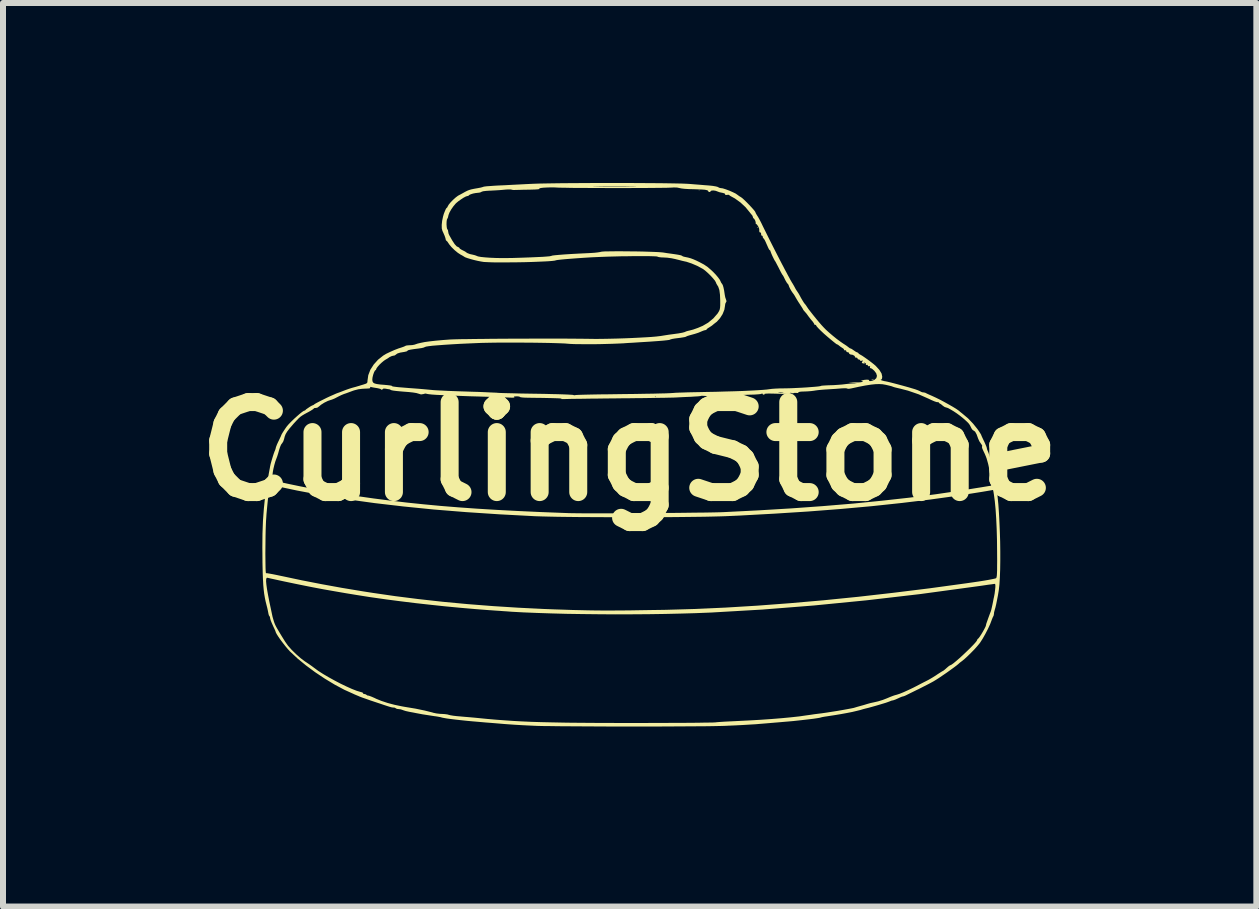
<source format=kicad_pcb>
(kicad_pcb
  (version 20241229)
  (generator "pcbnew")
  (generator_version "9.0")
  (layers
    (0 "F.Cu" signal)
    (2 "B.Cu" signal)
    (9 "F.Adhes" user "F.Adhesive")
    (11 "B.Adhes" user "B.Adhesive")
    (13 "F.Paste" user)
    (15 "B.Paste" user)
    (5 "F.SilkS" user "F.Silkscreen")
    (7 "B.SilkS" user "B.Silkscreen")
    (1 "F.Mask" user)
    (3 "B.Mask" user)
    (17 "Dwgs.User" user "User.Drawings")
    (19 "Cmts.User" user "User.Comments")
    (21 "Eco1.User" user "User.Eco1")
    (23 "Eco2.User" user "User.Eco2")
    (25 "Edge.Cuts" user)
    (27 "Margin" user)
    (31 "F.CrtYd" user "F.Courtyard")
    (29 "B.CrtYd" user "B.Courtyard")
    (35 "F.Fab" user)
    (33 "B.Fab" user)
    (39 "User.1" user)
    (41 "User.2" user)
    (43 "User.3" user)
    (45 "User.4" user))
  (footprint "CurlingStone"
    (layer "F.Cu")
    (at 7.443 4.472)
    (property "Reference" "CurlingStone" (at 0 0 0) (layer "F.SilkS") (effects (font (size 1.5 1.5) (thickness 0.3))))
    (attr board_only exclude_from_pos_files exclude_from_bom)
    (fp_poly (pts (xy 1.164 -4.355) (xy 1.157 -4.349) (xy 1.15 -4.355) (xy 1.157 -4.362)) (stroke (width 0) (type solid)) (fill yes) (layer "F.SilkS"))
    (fp_poly (pts (xy 2.134 -3.73) (xy 2.128 -3.724) (xy 2.121 -3.73) (xy 2.128 -3.737)) (stroke (width 0) (type solid)) (fill yes) (layer "F.SilkS"))
    (fp_poly (pts (xy 4.066 -1.206) (xy 4.068 -1.201) (xy 4.049 -1.199) (xy 4.03 -1.201) (xy 4.033 -1.206) (xy 4.06 -1.207)) (stroke (width 0) (type solid)) (fill yes) (layer "F.SilkS"))
    (fp_poly (pts (xy -0.117 -4.472) (xy 0.054 -4.472) (xy 0.219 -4.471) (xy 0.376 -4.47) (xy 0.522 -4.469) (xy 0.654 -4.467) (xy 0.77 -4.465) (xy 0.867 -4.463) (xy 0.943 -4.46) (xy 0.995 -4.457) (xy 0.997 -4.457) (xy 1.081 -4.45) (xy 1.17 -4.443) (xy 1.253 -4.436) (xy 1.32 -4.431) (xy 1.379 -4.425) (xy 1.428 -4.417) (xy 1.462 -4.409) (xy 1.472 -4.404) (xy 1.498 -4.391) (xy 1.514 -4.388) (xy 1.551 -4.383) (xy 1.602 -4.367) (xy 1.661 -4.345) (xy 1.718 -4.32) (xy 1.767 -4.296) (xy 1.798 -4.274) (xy 1.8 -4.273) (xy 1.825 -4.254) (xy 1.855 -4.236) (xy 1.877 -4.22) (xy 1.91 -4.19) (xy 1.95 -4.151) (xy 1.992 -4.108) (xy 2.032 -4.065) (xy 2.065 -4.028) (xy 2.088 -3.999) (xy 2.095 -3.986) (xy 2.102 -3.968) (xy 2.119 -3.939) (xy 2.122 -3.934) (xy 2.14 -3.906) (xy 2.165 -3.861) (xy 2.194 -3.805) (xy 2.216 -3.759) (xy 2.271 -3.648) (xy 2.329 -3.531) (xy 2.388 -3.414) (xy 2.445 -3.302) (xy 2.497 -3.201) (xy 2.541 -3.116) (xy 2.554 -3.092) (xy 2.585 -3.032) (xy 2.616 -2.975) (xy 2.64 -2.929) (xy 2.653 -2.906) (xy 2.678 -2.859) (xy 2.707 -2.809) (xy 2.714 -2.799) (xy 2.735 -2.763) (xy 2.751 -2.734) (xy 2.755 -2.726) (xy 2.768 -2.702) (xy 2.789 -2.67) (xy 2.792 -2.666) (xy 2.816 -2.629) (xy 2.836 -2.594) (xy 2.836 -2.593) (xy 2.856 -2.556) (xy 2.879 -2.517) (xy 2.9 -2.483) (xy 2.915 -2.462) (xy 2.917 -2.46) (xy 2.93 -2.445) (xy 2.949 -2.418) (xy 2.951 -2.414) (xy 2.972 -2.383) (xy 2.987 -2.362) (xy 2.988 -2.361) (xy 3.056 -2.274) (xy 3.112 -2.205) (xy 3.157 -2.151) (xy 3.195 -2.107) (xy 3.229 -2.07) (xy 3.261 -2.037) (xy 3.271 -2.027) (xy 3.323 -1.98) (xy 3.384 -1.928) (xy 3.448 -1.876) (xy 3.51 -1.83) (xy 3.562 -1.794) (xy 3.583 -1.781) (xy 3.619 -1.757) (xy 3.642 -1.739) (xy 3.666 -1.721) (xy 3.68 -1.715) (xy 3.698 -1.708) (xy 3.726 -1.689) (xy 3.736 -1.682) (xy 3.767 -1.661) (xy 3.79 -1.65) (xy 3.795 -1.649) (xy 3.809 -1.641) (xy 3.81 -1.638) (xy 3.821 -1.625) (xy 3.843 -1.612) (xy 3.873 -1.595) (xy 3.917 -1.565) (xy 3.968 -1.529) (xy 4.02 -1.49) (xy 4.066 -1.454) (xy 4.099 -1.426) (xy 4.161 -1.358) (xy 4.198 -1.297) (xy 4.209 -1.245) (xy 4.205 -1.213) (xy 4.195 -1.197) (xy 4.193 -1.197) (xy 4.181 -1.194) (xy 4.189 -1.187) (xy 4.213 -1.179) (xy 4.248 -1.17) (xy 4.252 -1.17) (xy 4.296 -1.161) (xy 4.362 -1.145) (xy 4.446 -1.123) (xy 4.543 -1.097) (xy 4.651 -1.067) (xy 4.704 -1.051) (xy 4.755 -1.036) (xy 4.802 -1.019) (xy 4.838 -1.003) (xy 4.856 -0.993) (xy 4.876 -0.985) (xy 4.89 -0.984) (xy 4.923 -0.978) (xy 4.937 -0.971) (xy 4.961 -0.959) (xy 5.001 -0.941) (xy 5.04 -0.924) (xy 5.103 -0.895) (xy 5.174 -0.86) (xy 5.247 -0.821) (xy 5.319 -0.781) (xy 5.385 -0.743) (xy 5.441 -0.709) (xy 5.48 -0.682) (xy 5.499 -0.666) (xy 5.513 -0.654) (xy 5.54 -0.633) (xy 5.552 -0.623) (xy 5.639 -0.55) (xy 5.723 -0.462) (xy 5.796 -0.371) (xy 5.796 -0.371) (xy 5.825 -0.329) (xy 5.846 -0.296) (xy 5.857 -0.277) (xy 5.858 -0.275) (xy 5.863 -0.26) (xy 5.878 -0.227) (xy 5.898 -0.184) (xy 5.905 -0.171) (xy 5.926 -0.124) (xy 5.943 -0.084) (xy 5.951 -0.06) (xy 5.951 -0.057) (xy 5.957 -0.031) (xy 5.963 -0.016) (xy 5.977 0.016) (xy 5.994 0.066) (xy 6.012 0.125) (xy 6.029 0.185) (xy 6.042 0.237) (xy 6.046 0.256) (xy 6.062 0.345) (xy 6.076 0.418) (xy 6.089 0.487) (xy 6.103 0.552) (xy 6.118 0.642) (xy 6.131 0.754) (xy 6.144 0.885) (xy 6.154 1.029) (xy 6.162 1.184) (xy 6.169 1.345) (xy 6.174 1.508) (xy 6.176 1.669) (xy 6.176 1.824) (xy 6.174 1.969) (xy 6.169 2.101) (xy 6.162 2.215) (xy 6.152 2.307) (xy 6.15 2.321) (xy 6.137 2.399) (xy 6.122 2.476) (xy 6.108 2.546) (xy 6.095 2.602) (xy 6.084 2.639) (xy 6.083 2.644) (xy 6.073 2.681) (xy 6.071 2.704) (xy 6.066 2.734) (xy 6.06 2.747) (xy 6.05 2.767) (xy 6.036 2.801) (xy 6.032 2.813) (xy 6.007 2.879) (xy 5.97 2.959) (xy 5.927 3.042) (xy 5.883 3.12) (xy 5.842 3.184) (xy 5.831 3.199) (xy 5.793 3.245) (xy 5.744 3.3) (xy 5.688 3.357) (xy 5.632 3.412) (xy 5.581 3.459) (xy 5.541 3.492) (xy 5.537 3.495) (xy 5.502 3.521) (xy 5.479 3.542) (xy 5.451 3.565) (xy 5.406 3.599) (xy 5.348 3.641) (xy 5.284 3.687) (xy 5.218 3.732) (xy 5.155 3.775) (xy 5.1 3.81) (xy 5.06 3.834) (xy 5.016 3.858) (xy 4.955 3.89) (xy 4.884 3.926) (xy 4.812 3.963) (xy 4.794 3.971) (xy 4.729 4.003) (xy 4.672 4.031) (xy 4.626 4.054) (xy 4.597 4.068) (xy 4.591 4.071) (xy 4.565 4.081) (xy 4.555 4.083) (xy 4.536 4.088) (xy 4.502 4.102) (xy 4.472 4.116) (xy 4.432 4.134) (xy 4.399 4.146) (xy 4.386 4.149) (xy 4.359 4.155) (xy 4.345 4.161) (xy 4.317 4.172) (xy 4.269 4.189) (xy 4.206 4.208) (xy 4.133 4.23) (xy 4.056 4.252) (xy 3.98 4.273) (xy 3.943 4.282) (xy 3.896 4.294) (xy 3.853 4.307) (xy 3.843 4.31) (xy 3.786 4.324) (xy 3.71 4.342) (xy 3.619 4.36) (xy 3.52 4.378) (xy 3.418 4.395) (xy 3.32 4.41) (xy 3.288 4.415) (xy 3.241 4.422) (xy 3.204 4.429) (xy 3.186 4.434) (xy 3.167 4.439) (xy 3.126 4.446) (xy 3.066 4.455) (xy 2.992 4.464) (xy 2.907 4.474) (xy 2.817 4.484) (xy 2.724 4.494) (xy 2.634 4.502) (xy 2.573 4.507) (xy 2.506 4.513) (xy 2.421 4.52) (xy 2.327 4.528) (xy 2.232 4.536) (xy 2.181 4.54) (xy 2.098 4.547) (xy 1.996 4.553) (xy 1.881 4.56) (xy 1.762 4.566) (xy 1.646 4.571) (xy 1.583 4.574) (xy 1.509 4.576) (xy 1.412 4.578) (xy 1.294 4.58) (xy 1.156 4.581) (xy 1.002 4.582) (xy 0.835 4.583) (xy 0.656 4.584) (xy 0.468 4.585) (xy 0.274 4.585) (xy 0.077 4.585) (xy -0.121 4.585) (xy -0.317 4.585) (xy -0.51 4.584) (xy -0.695 4.583) (xy -0.872 4.582) (xy -1.036 4.581) (xy -1.186 4.58) (xy -1.32 4.578) (xy -1.433 4.577) (xy -1.525 4.575) (xy -1.576 4.573) (xy -1.683 4.568) (xy -1.802 4.562) (xy -1.922 4.555) (xy -2.035 4.547) (xy -2.114 4.541) (xy -2.207 4.533) (xy -2.304 4.525) (xy -2.396 4.518) (xy -2.475 4.511) (xy -2.52 4.507) (xy -2.615 4.499) (xy -2.712 4.49) (xy -2.808 4.48) (xy -2.898 4.47) (xy -2.979 4.46) (xy -3.047 4.451) (xy -3.098 4.442) (xy -3.128 4.436) (xy -3.134 4.434) (xy -3.152 4.429) (xy -3.189 4.422) (xy -3.237 4.414) (xy -3.242 4.414) (xy -3.45 4.382) (xy -3.551 4.363) (xy -3.607 4.352) (xy -3.667 4.341) (xy -3.686 4.337) (xy -3.731 4.327) (xy -3.769 4.315) (xy -3.782 4.31) (xy -3.815 4.299) (xy -3.848 4.295) (xy -3.879 4.291) (xy -3.896 4.282) (xy -3.915 4.271) (xy -3.933 4.269) (xy -3.945 4.268) (xy -3.958 4.267) (xy -3.975 4.263) (xy -4.001 4.256) (xy -4.039 4.244) (xy -4.091 4.227) (xy -4.162 4.203) (xy -4.249 4.174) (xy -4.324 4.149) (xy -4.394 4.124) (xy -4.455 4.103) (xy -4.5 4.086) (xy -4.515 4.079) (xy -4.556 4.062) (xy -4.591 4.047) (xy -4.601 4.042) (xy -4.754 3.973) (xy -4.915 3.887) (xy -5.079 3.788) (xy -5.241 3.68) (xy -5.394 3.567) (xy -5.533 3.453) (xy -5.653 3.341) (xy -5.661 3.334) (xy -5.697 3.294) (xy -5.738 3.245) (xy -5.78 3.191) (xy -5.821 3.137) (xy -5.856 3.086) (xy -5.882 3.045) (xy -5.896 3.018) (xy -5.898 3.012) (xy -5.903 2.996) (xy -5.917 2.963) (xy -5.938 2.919) (xy -5.944 2.905) (xy -5.966 2.856) (xy -5.983 2.813) (xy -5.991 2.784) (xy -5.991 2.781) (xy -5.996 2.755) (xy -6.003 2.747) (xy -6.013 2.73) (xy -6.021 2.699) (xy -6.021 2.696) (xy -6.028 2.66) (xy -6.039 2.61) (xy -6.05 2.567) (xy -6.067 2.499) (xy -6.08 2.435) (xy -6.091 2.37) (xy -6.099 2.302) (xy -6.106 2.225) (xy -6.109 2.164) (xy -6.059 2.164) (xy -6.054 2.219) (xy -6.044 2.293) (xy -6.027 2.389) (xy -6.004 2.508) (xy -5.974 2.649) (xy -5.952 2.753) (xy -5.94 2.796) (xy -5.925 2.845) (xy -5.921 2.856) (xy -5.913 2.877) (xy -5.902 2.901) (xy -5.887 2.93) (xy -5.865 2.968) (xy -5.836 3.017) (xy -5.796 3.083) (xy -5.744 3.167) (xy -5.738 3.176) (xy -5.693 3.239) (xy -5.631 3.309) (xy -5.558 3.38) (xy -5.482 3.447) (xy -5.409 3.502) (xy -5.399 3.508) (xy -5.347 3.543) (xy -5.296 3.579) (xy -5.257 3.608) (xy -5.253 3.611) (xy -5.189 3.658) (xy -5.108 3.71) (xy -5.016 3.764) (xy -4.918 3.818) (xy -4.817 3.871) (xy -4.719 3.918) (xy -4.628 3.959) (xy -4.548 3.99) (xy -4.485 4.009) (xy -4.472 4.012) (xy -4.448 4.021) (xy -4.443 4.031) (xy -4.438 4.04) (xy -4.423 4.043) (xy -4.398 4.049) (xy -4.388 4.056) (xy -4.37 4.068) (xy -4.357 4.069) (xy -4.335 4.075) (xy -4.296 4.09) (xy -4.248 4.111) (xy -4.226 4.122) (xy -4.14 4.157) (xy -4.035 4.192) (xy -3.919 4.223) (xy -3.799 4.248) (xy -3.75 4.257) (xy -3.569 4.287) (xy -3.415 4.319) (xy -3.287 4.351) (xy -3.272 4.356) (xy -3.219 4.367) (xy -3.158 4.374) (xy -3.13 4.375) (xy -3.08 4.378) (xy -3.036 4.384) (xy -3.016 4.39) (xy -2.988 4.397) (xy -2.94 4.405) (xy -2.88 4.412) (xy -2.833 4.416) (xy -2.755 4.423) (xy -2.67 4.43) (xy -2.591 4.437) (xy -2.56 4.44) (xy -2.389 4.457) (xy -2.232 4.471) (xy -2.082 4.482) (xy -1.937 4.492) (xy -1.79 4.5) (xy -1.636 4.507) (xy -1.472 4.512) (xy -1.292 4.516) (xy -1.092 4.52) (xy -1.037 4.521) (xy -0.932 4.522) (xy -0.812 4.523) (xy -0.678 4.524) (xy -0.534 4.525) (xy -0.381 4.525) (xy -0.222 4.526) (xy -0.058 4.526) (xy 0.107 4.526) (xy 0.272 4.526) (xy 0.435 4.525) (xy 0.593 4.525) (xy 0.745 4.524) (xy 0.887 4.524) (xy 1.018 4.523) (xy 1.136 4.522) (xy 1.238 4.52) (xy 1.322 4.519) (xy 1.386 4.518) (xy 1.427 4.516) (xy 1.444 4.514) (xy 1.463 4.512) (xy 1.505 4.509) (xy 1.565 4.505) (xy 1.64 4.501) (xy 1.725 4.497) (xy 1.784 4.494) (xy 1.983 4.484) (xy 2.177 4.473) (xy 2.363 4.46) (xy 2.535 4.446) (xy 2.692 4.431) (xy 2.829 4.416) (xy 2.939 4.4) (xy 3.005 4.391) (xy 3.078 4.38) (xy 3.125 4.374) (xy 3.198 4.365) (xy 3.282 4.353) (xy 3.371 4.339) (xy 3.461 4.325) (xy 3.547 4.31) (xy 3.624 4.296) (xy 3.688 4.284) (xy 3.733 4.275) (xy 3.75 4.27) (xy 3.789 4.258) (xy 3.836 4.245) (xy 3.85 4.241) (xy 3.901 4.227) (xy 3.953 4.211) (xy 3.963 4.208) (xy 4.013 4.194) (xy 4.064 4.183) (xy 4.069 4.182) (xy 4.139 4.166) (xy 4.22 4.141) (xy 4.289 4.114) (xy 4.339 4.093) (xy 4.375 4.079) (xy 4.405 4.068) (xy 4.439 4.058) (xy 4.448 4.056) (xy 4.5 4.039) (xy 4.567 4.012) (xy 4.644 3.977) (xy 4.724 3.939) (xy 4.781 3.91) (xy 4.834 3.882) (xy 4.896 3.85) (xy 4.936 3.83) (xy 4.988 3.803) (xy 5.049 3.767) (xy 5.108 3.73) (xy 5.117 3.723) (xy 5.162 3.694) (xy 5.198 3.671) (xy 5.219 3.659) (xy 5.223 3.657) (xy 5.236 3.649) (xy 5.261 3.628) (xy 5.28 3.611) (xy 5.311 3.584) (xy 5.335 3.567) (xy 5.343 3.564) (xy 5.362 3.555) (xy 5.397 3.53) (xy 5.442 3.493) (xy 5.495 3.447) (xy 5.553 3.394) (xy 5.611 3.339) (xy 5.667 3.285) (xy 5.716 3.235) (xy 5.756 3.192) (xy 5.782 3.16) (xy 5.791 3.142) (xy 5.798 3.126) (xy 5.801 3.125) (xy 5.814 3.114) (xy 5.835 3.086) (xy 5.861 3.046) (xy 5.888 3.001) (xy 5.912 2.957) (xy 5.93 2.921) (xy 5.938 2.897) (xy 5.938 2.896) (xy 5.942 2.875) (xy 5.956 2.835) (xy 5.976 2.778) (xy 6.001 2.71) (xy 6.018 2.666) (xy 6.026 2.639) (xy 6.036 2.596) (xy 6.044 2.56) (xy 6.055 2.506) (xy 6.065 2.453) (xy 6.071 2.427) (xy 6.082 2.369) (xy 6.089 2.312) (xy 6.094 2.262) (xy 6.094 2.226) (xy 6.089 2.208) (xy 6.088 2.208) (xy 6.071 2.209) (xy 6.032 2.215) (xy 5.975 2.222) (xy 5.902 2.233) (xy 5.818 2.245) (xy 5.752 2.254) (xy 4.84 2.378) (xy 3.945 2.482) (xy 3.069 2.568) (xy 2.21 2.636) (xy 1.367 2.685) (xy 1.323 2.687) (xy 1.093 2.696) (xy 0.846 2.703) (xy 0.586 2.709) (xy 0.316 2.713) (xy 0.04 2.715) (xy -0.238 2.716) (xy -0.516 2.714) (xy -0.79 2.711) (xy -1.055 2.707) (xy -1.31 2.7) (xy -1.55 2.692) (xy -1.771 2.683) (xy -1.972 2.672) (xy -2.048 2.666) (xy -2.096 2.663) (xy -2.162 2.658) (xy -2.24 2.653) (xy -2.32 2.647) (xy -2.341 2.646) (xy -2.571 2.628) (xy -2.815 2.607) (xy -3.067 2.583) (xy -3.321 2.556) (xy -3.573 2.528) (xy -3.817 2.498) (xy -4.048 2.468) (xy -4.259 2.438) (xy -4.342 2.426) (xy -4.538 2.395) (xy -4.733 2.363) (xy -4.918 2.331) (xy -5.089 2.301) (xy -5.206 2.279) (xy -5.28 2.265) (xy -5.366 2.248) (xy -5.46 2.229) (xy -5.559 2.209) (xy -5.659 2.188) (xy -5.755 2.168) (xy -5.843 2.149) (xy -5.92 2.132) (xy -5.981 2.119) (xy -6.023 2.109) (xy -6.036 2.106) (xy -6.049 2.108) (xy -6.057 2.127) (xy -6.059 2.164) (xy -6.109 2.164) (xy -6.111 2.136) (xy -6.115 2.029) (xy -6.118 1.902) (xy -6.119 1.855) (xy -6.12 1.701) (xy -6.071 1.701) (xy -6.07 1.791) (xy -6.069 1.872) (xy -6.068 1.939) (xy -6.066 1.99) (xy -6.063 2.021) (xy -6.06 2.03) (xy -6.044 2.03) (xy -6.007 2.036) (xy -5.951 2.046) (xy -5.882 2.06) (xy -5.802 2.077) (xy -5.777 2.082) (xy -5.461 2.149) (xy -5.138 2.212) (xy -4.803 2.273) (xy -4.448 2.332) (xy -4.275 2.359) (xy -3.909 2.412) (xy -3.522 2.461) (xy -3.118 2.506) (xy -2.702 2.545) (xy -2.28 2.578) (xy -1.855 2.605) (xy -1.433 2.626) (xy -1.25 2.633) (xy -1.095 2.638) (xy -0.953 2.643) (xy -0.819 2.646) (xy -0.69 2.649) (xy -0.564 2.651) (xy -0.436 2.652) (xy -0.302 2.652) (xy -0.161 2.651) (xy -0.007 2.65) (xy 0.162 2.647) (xy 0.35 2.644) (xy 0.561 2.641) (xy 0.612 2.64) (xy 1.094 2.626) (xy 1.6 2.603) (xy 2.126 2.571) (xy 2.671 2.53) (xy 3.233 2.481) (xy 3.809 2.423) (xy 4.398 2.356) (xy 4.997 2.282) (xy 5.604 2.199) (xy 5.722 2.182) (xy 5.818 2.168) (xy 5.906 2.154) (xy 5.982 2.141) (xy 6.043 2.129) (xy 6.085 2.12) (xy 6.105 2.114) (xy 6.105 2.114) (xy 6.111 2.106) (xy 6.115 2.091) (xy 6.119 2.066) (xy 6.121 2.029) (xy 6.123 1.977) (xy 6.123 1.907) (xy 6.124 1.816) (xy 6.123 1.702) (xy 6.123 1.672) (xy 6.121 1.476) (xy 6.116 1.292) (xy 6.108 1.121) (xy 6.098 0.967) (xy 6.085 0.833) (xy 6.07 0.721) (xy 6.063 0.677) (xy 6.056 0.643) (xy 5.874 0.674) (xy 5.452 0.741) (xy 5.004 0.803) (xy 4.531 0.86) (xy 4.034 0.913) (xy 3.515 0.96) (xy 2.972 1.002) (xy 2.408 1.038) (xy 1.822 1.07) (xy 1.596 1.08) (xy 1.502 1.083) (xy 1.384 1.086) (xy 1.246 1.089) (xy 1.089 1.091) (xy 0.918 1.093) (xy 0.733 1.095) (xy 0.539 1.096) (xy 0.338 1.097) (xy 0.133 1.097) (xy -0.075 1.097) (xy -0.281 1.097) (xy -0.483 1.096) (xy -0.678 1.095) (xy -0.864 1.094) (xy -1.038 1.092) (xy -1.198 1.09) (xy -1.339 1.087) (xy -1.461 1.084) (xy -1.559 1.081) (xy -1.583 1.08) (xy -2.167 1.049) (xy -2.727 1.012) (xy -3.26 0.969) (xy -3.768 0.918) (xy -4.249 0.862) (xy -4.706 0.799) (xy -5.136 0.729) (xy -5.54 0.653) (xy -5.831 0.591) (xy -5.896 0.577) (xy -5.94 0.57) (xy -5.967 0.569) (xy -5.983 0.573) (xy -5.988 0.577) (xy -5.997 0.598) (xy -6.007 0.644) (xy -6.017 0.713) (xy -6.029 0.804) (xy -6.04 0.915) (xy -6.052 1.043) (xy -6.056 1.104) (xy -6.06 1.161) (xy -6.063 1.234) (xy -6.066 1.318) (xy -6.068 1.411) (xy -6.069 1.508) (xy -6.07 1.606) (xy -6.071 1.701) (xy -6.12 1.701) (xy -6.121 1.602) (xy -6.119 1.371) (xy -6.111 1.157) (xy -6.096 0.955) (xy -6.076 0.761) (xy -6.049 0.57) (xy -6.025 0.433) (xy -5.977 0.433) (xy -5.974 0.451) (xy -5.957 0.47) (xy -5.948 0.476) (xy -5.919 0.487) (xy -5.866 0.501) (xy -5.794 0.518) (xy -5.704 0.538) (xy -5.599 0.56) (xy -5.483 0.584) (xy -5.359 0.608) (xy -5.23 0.632) (xy -5.098 0.656) (xy -4.966 0.678) (xy -4.838 0.7) (xy -4.814 0.703) (xy -4.537 0.746) (xy -4.263 0.785) (xy -3.99 0.82) (xy -3.714 0.853) (xy -3.434 0.882) (xy -3.147 0.909) (xy -2.849 0.933) (xy -2.539 0.955) (xy -2.213 0.975) (xy -1.87 0.993) (xy -1.505 1.01) (xy -1.118 1.025) (xy -1.011 1.029) (xy -0.958 1.03) (xy -0.882 1.031) (xy -0.784 1.032) (xy -0.668 1.032) (xy -0.535 1.032) (xy -0.389 1.032) (xy -0.233 1.032) (xy -0.068 1.031) (xy 0.102 1.03) (xy 0.274 1.029) (xy 0.447 1.028) (xy 0.617 1.026) (xy 0.783 1.025) (xy 0.94 1.023) (xy 1.087 1.021) (xy 1.22 1.02) (xy 1.338 1.018) (xy 1.438 1.016) (xy 1.516 1.014) (xy 1.569 1.012) (xy 2.144 0.983) (xy 2.694 0.95) (xy 3.22 0.912) (xy 3.723 0.87) (xy 4.204 0.822) (xy 4.664 0.771) (xy 5.104 0.714) (xy 5.526 0.652) (xy 5.78 0.611) (xy 5.856 0.599) (xy 5.923 0.588) (xy 5.976 0.579) (xy 6.01 0.574) (xy 6.023 0.572) (xy 6.029 0.56) (xy 6.031 0.53) (xy 6.03 0.489) (xy 6.024 0.446) (xy 6.017 0.407) (xy 6.011 0.39) (xy 5.998 0.35) (xy 5.991 0.313) (xy 5.991 0.309) (xy 5.987 0.269) (xy 5.974 0.209) (xy 5.951 0.128) (xy 5.949 0.12) (xy 5.935 0.082) (xy 5.914 0.033) (xy 5.897 -0.002) (xy 5.877 -0.046) (xy 5.87 -0.074) (xy 5.873 -0.083) (xy 5.875 -0.095) (xy 5.861 -0.119) (xy 5.855 -0.127) (xy 5.828 -0.167) (xy 5.807 -0.213) (xy 5.805 -0.219) (xy 5.781 -0.285) (xy 5.757 -0.328) (xy 5.735 -0.345) (xy 5.732 -0.346) (xy 5.715 -0.357) (xy 5.695 -0.385) (xy 5.687 -0.402) (xy 5.673 -0.43) (xy 5.659 -0.453) (xy 5.641 -0.475) (xy 5.613 -0.502) (xy 5.571 -0.54) (xy 5.552 -0.556) (xy 5.506 -0.593) (xy 5.453 -0.632) (xy 5.399 -0.668) (xy 5.347 -0.699) (xy 5.305 -0.722) (xy 5.278 -0.731) (xy 5.276 -0.731) (xy 5.249 -0.74) (xy 5.218 -0.761) (xy 5.214 -0.765) (xy 5.187 -0.787) (xy 5.168 -0.798) (xy 5.166 -0.798) (xy 5.154 -0.808) (xy 5.153 -0.813) (xy 5.143 -0.821) (xy 5.133 -0.82) (xy 5.113 -0.822) (xy 5.076 -0.835) (xy 5.027 -0.856) (xy 4.983 -0.877) (xy 4.816 -0.951) (xy 4.638 -1.012) (xy 4.515 -1.044) (xy 4.463 -1.056) (xy 4.418 -1.067) (xy 4.39 -1.076) (xy 4.388 -1.077) (xy 4.363 -1.086) (xy 4.32 -1.097) (xy 4.269 -1.109) (xy 4.264 -1.11) (xy 4.213 -1.119) (xy 4.157 -1.122) (xy 4.094 -1.12) (xy 4.019 -1.112) (xy 3.929 -1.098) (xy 3.821 -1.077) (xy 3.691 -1.049) (xy 3.691 -1.049) (xy 3.655 -1.043) (xy 3.631 -1.044) (xy 3.627 -1.047) (xy 3.613 -1.051) (xy 3.579 -1.052) (xy 3.531 -1.05) (xy 3.507 -1.048) (xy 3.435 -1.042) (xy 3.352 -1.037) (xy 3.277 -1.032) (xy 3.271 -1.032) (xy 3.206 -1.027) (xy 3.141 -1.021) (xy 3.088 -1.014) (xy 3.079 -1.012) (xy 3.026 -1.005) (xy 2.961 -1) (xy 2.909 -0.998) (xy 2.854 -0.996) (xy 2.821 -0.99) (xy 2.813 -0.983) (xy 2.802 -0.973) (xy 2.78 -0.974) (xy 2.748 -0.975) (xy 2.731 -0.97) (xy 2.707 -0.968) (xy 2.697 -0.973) (xy 2.682 -0.98) (xy 2.68 -0.971) (xy 2.674 -0.964) (xy 2.655 -0.96) (xy 2.62 -0.958) (xy 2.565 -0.958) (xy 2.488 -0.96) (xy 2.46 -0.961) (xy 2.379 -0.963) (xy 2.315 -0.964) (xy 2.271 -0.962) (xy 2.249 -0.959) (xy 2.248 -0.956) (xy 2.244 -0.946) (xy 2.235 -0.944) (xy 2.217 -0.952) (xy 2.214 -0.959) (xy 2.208 -0.967) (xy 2.198 -0.96) (xy 2.179 -0.955) (xy 2.139 -0.951) (xy 2.083 -0.947) (xy 2.018 -0.945) (xy 2.009 -0.945) (xy 1.943 -0.943) (xy 1.886 -0.94) (xy 1.844 -0.936) (xy 1.822 -0.931) (xy 1.821 -0.93) (xy 1.802 -0.925) (xy 1.762 -0.921) (xy 1.706 -0.919) (xy 1.641 -0.919) (xy 1.574 -0.92) (xy 1.516 -0.918) (xy 1.471 -0.916) (xy 1.447 -0.912) (xy 1.447 -0.912) (xy 1.42 -0.91) (xy 1.376 -0.911) (xy 1.322 -0.916) (xy 1.31 -0.918) (xy 1.259 -0.924) (xy 1.218 -0.926) (xy 1.194 -0.926) (xy 1.191 -0.925) (xy 1.174 -0.921) (xy 1.136 -0.917) (xy 1.082 -0.914) (xy 1.022 -0.91) (xy 0.944 -0.907) (xy 0.861 -0.903) (xy 0.785 -0.899) (xy 0.745 -0.897) (xy 0.709 -0.896) (xy 0.649 -0.895) (xy 0.569 -0.893) (xy 0.47 -0.892) (xy 0.357 -0.89) (xy 0.232 -0.888) (xy 0.098 -0.887) (xy -0.042 -0.885) (xy -0.113 -0.885) (xy -0.257 -0.883) (xy -0.399 -0.882) (xy -0.535 -0.88) (xy -0.662 -0.879) (xy -0.776 -0.877) (xy -0.875 -0.876) (xy -0.955 -0.875) (xy -1.014 -0.874) (xy -1.031 -0.873) (xy -1.089 -0.872) (xy -1.129 -0.872) (xy -1.15 -0.873) (xy -1.147 -0.875) (xy -1.137 -0.877) (xy -1.128 -0.879) (xy -1.143 -0.881) (xy -1.18 -0.884) (xy -1.236 -0.886) (xy -1.307 -0.888) (xy -1.356 -0.889) (xy -1.448 -0.891) (xy -1.537 -0.892) (xy -1.618 -0.893) (xy -1.684 -0.894) (xy -1.731 -0.895) (xy -1.739 -0.895) (xy -1.784 -0.898) (xy -1.816 -0.902) (xy -1.829 -0.907) (xy -1.829 -0.907) (xy -1.835 -0.911) (xy 0.419 -0.911) (xy 0.426 -0.904) (xy 0.432 -0.911) (xy 0.426 -0.918) (xy 0.419 -0.911) (xy -1.835 -0.911) (xy -1.84 -0.914) (xy -1.87 -0.917) (xy -1.885 -0.917) (xy -1.919 -0.916) (xy -1.928 -0.911) (xy -1.922 -0.904) (xy -1.922 -0.898) (xy -1.945 -0.895) (xy -1.994 -0.896) (xy -2.035 -0.898) (xy -2.099 -0.901) (xy -2.181 -0.904) (xy -2.269 -0.907) (xy -2.355 -0.91) (xy -2.367 -0.91) (xy -2.477 -0.913) (xy -2.117 -0.913) (xy -2.115 -0.905) (xy -2.108 -0.904) (xy -2.097 -0.909) (xy -2.099 -0.913) (xy -2.115 -0.915) (xy -2.117 -0.913) (xy -2.477 -0.913) (xy -2.496 -0.914) (xy -2.646 -0.918) (xy -2.811 -0.924) (xy -2.985 -0.931) (xy -3.132 -0.938) (xy -3.219 -0.942) (xy -3.292 -0.947) (xy -3.348 -0.953) (xy -3.383 -0.959) (xy -3.394 -0.963) (xy -3.409 -0.963) (xy -3.438 -0.955) (xy -3.438 -0.955) (xy -3.477 -0.949) (xy -3.519 -0.962) (xy -3.52 -0.962) (xy -3.553 -0.972) (xy -3.609 -0.981) (xy -3.682 -0.989) (xy -3.761 -0.995) (xy -3.831 -1.001) (xy -3.893 -1.007) (xy -3.94 -1.013) (xy -3.969 -1.019) (xy -3.974 -1.021) (xy -4.001 -1.034) (xy -4.009 -1.035) (xy -4.037 -1.039) (xy -4.067 -1.045) (xy -4.102 -1.047) (xy -4.117 -1.036) (xy -4.131 -1.025) (xy -4.139 -1.032) (xy -4.157 -1.042) (xy -4.192 -1.051) (xy -4.219 -1.056) (xy -4.263 -1.063) (xy -4.299 -1.07) (xy -4.311 -1.073) (xy -4.326 -1.075) (xy -4.323 -1.066) (xy -4.326 -1.053) (xy -4.344 -1.049) (xy -4.374 -1.047) (xy -4.419 -1.045) (xy -4.457 -1.043) (xy -4.521 -1.035) (xy -4.591 -1.017) (xy -4.623 -1.006) (xy -4.676 -0.986) (xy -4.728 -0.967) (xy -4.761 -0.956) (xy -4.805 -0.938) (xy -4.856 -0.913) (xy -4.875 -0.903) (xy -4.92 -0.88) (xy -4.962 -0.863) (xy -4.979 -0.858) (xy -5.029 -0.841) (xy -5.088 -0.812) (xy -5.142 -0.778) (xy -5.178 -0.748) (xy -5.206 -0.728) (xy -5.229 -0.724) (xy -5.254 -0.722) (xy -5.265 -0.713) (xy -5.283 -0.698) (xy -5.318 -0.676) (xy -5.364 -0.65) (xy -5.373 -0.646) (xy -5.42 -0.62) (xy -5.457 -0.598) (xy -5.488 -0.576) (xy -5.52 -0.547) (xy -5.556 -0.509) (xy -5.605 -0.456) (xy -5.614 -0.445) (xy -5.668 -0.382) (xy -5.707 -0.331) (xy -5.733 -0.288) (xy -5.749 -0.246) (xy -5.759 -0.206) (xy -5.772 -0.167) (xy -5.79 -0.137) (xy -5.794 -0.133) (xy -5.81 -0.111) (xy -5.827 -0.07) (xy -5.843 -0.02) (xy -5.843 -0.02) (xy -5.858 0.035) (xy -5.874 0.085) (xy -5.887 0.12) (xy -5.905 0.168) (xy -5.922 0.228) (xy -5.937 0.291) (xy -5.947 0.347) (xy -5.951 0.385) (xy -5.955 0.413) (xy -5.964 0.426) (xy -5.964 0.426) (xy -5.977 0.433) (xy -6.025 0.433) (xy -6.017 0.389) (xy -6.007 0.333) (xy -5.996 0.275) (xy -5.993 0.256) (xy -5.983 0.21) (xy -5.967 0.153) (xy -5.949 0.093) (xy -5.931 0.037) (xy -5.916 -0.004) (xy -5.91 -0.016) (xy -5.9 -0.045) (xy -5.898 -0.057) (xy -5.892 -0.077) (xy -5.878 -0.114) (xy -5.857 -0.16) (xy -5.851 -0.171) (xy -5.83 -0.216) (xy -5.813 -0.252) (xy -5.805 -0.272) (xy -5.805 -0.273) (xy -5.798 -0.287) (xy -5.781 -0.316) (xy -5.757 -0.353) (xy -5.733 -0.389) (xy -5.712 -0.418) (xy -5.682 -0.453) (xy -5.642 -0.494) (xy -5.595 -0.54) (xy -5.546 -0.584) (xy -5.5 -0.624) (xy -5.46 -0.656) (xy -5.432 -0.675) (xy -5.421 -0.678) (xy -5.405 -0.686) (xy -5.404 -0.688) (xy -5.39 -0.702) (xy -5.361 -0.722) (xy -5.327 -0.745) (xy -5.295 -0.763) (xy -5.275 -0.771) (xy -5.274 -0.771) (xy -5.258 -0.781) (xy -5.257 -0.783) (xy -5.244 -0.792) (xy -5.212 -0.81) (xy -5.166 -0.834) (xy -5.11 -0.862) (xy -5.05 -0.892) (xy -4.99 -0.92) (xy -4.935 -0.944) (xy -4.892 -0.963) (xy -4.874 -0.97) (xy -4.835 -0.984) (xy -4.803 -0.996) (xy -4.801 -0.997) (xy -4.728 -1.025) (xy -4.671 -1.045) (xy -4.622 -1.06) (xy -4.608 -1.064) (xy -4.563 -1.076) (xy -4.524 -1.088) (xy -4.515 -1.09) (xy -4.481 -1.101) (xy -4.437 -1.114) (xy -4.425 -1.118) (xy -4.39 -1.13) (xy -4.373 -1.145) (xy -4.369 -1.169) (xy -4.369 -1.18) (xy -4.366 -1.199) (xy -4.289 -1.199) (xy -4.286 -1.169) (xy -4.275 -1.147) (xy -4.251 -1.132) (xy -4.212 -1.122) (xy -4.153 -1.114) (xy -4.09 -1.109) (xy -4.035 -1.104) (xy -3.993 -1.099) (xy -3.967 -1.094) (xy -3.963 -1.09) (xy -3.959 -1.086) (xy -3.942 -1.081) (xy -3.907 -1.076) (xy -3.854 -1.07) (xy -3.781 -1.064) (xy -3.684 -1.056) (xy -3.604 -1.05) (xy -3.524 -1.044) (xy -3.441 -1.037) (xy -3.364 -1.03) (xy -3.311 -1.025) (xy -3.269 -1.021) (xy -3.204 -1.017) (xy -3.121 -1.013) (xy -3.024 -1.008) (xy -2.917 -1.004) (xy -2.805 -1) (xy -2.739 -0.998) (xy -2.628 -0.994) (xy -2.521 -0.991) (xy -2.423 -0.987) (xy -2.338 -0.983) (xy -2.269 -0.98) (xy -2.22 -0.978) (xy -2.201 -0.976) (xy -2.169 -0.974) (xy -2.114 -0.972) (xy -2.039 -0.97) (xy -1.947 -0.968) (xy -1.842 -0.965) (xy -1.726 -0.963) (xy -1.603 -0.961) (xy -1.534 -0.96) (xy -1.412 -0.958) (xy -1.298 -0.955) (xy -1.196 -0.953) (xy -1.107 -0.95) (xy -1.034 -0.947) (xy -0.981 -0.944) (xy -0.95 -0.942) (xy -0.942 -0.94) (xy -0.922 -0.935) (xy -0.905 -0.938) (xy -0.886 -0.94) (xy -0.844 -0.942) (xy -0.78 -0.944) (xy -0.699 -0.946) (xy -0.603 -0.948) (xy -0.495 -0.95) (xy -0.377 -0.951) (xy -0.306 -0.952) (xy -0.094 -0.955) (xy 0.092 -0.957) (xy 0.253 -0.96) (xy 0.39 -0.962) (xy 0.504 -0.965) (xy 0.597 -0.967) (xy 0.668 -0.97) (xy 0.718 -0.973) (xy 0.745 -0.975) (xy 0.77 -0.977) (xy 0.779 -0.977) (xy 2.475 -0.977) (xy 2.49 -0.975) (xy 2.52 -0.975) (xy 2.553 -0.976) (xy 2.565 -0.978) (xy 2.557 -0.98) (xy 2.514 -0.983) (xy 2.483 -0.98) (xy 2.475 -0.977) (xy 0.779 -0.977) (xy 0.819 -0.979) (xy 0.888 -0.981) (xy 0.972 -0.984) (xy 1.069 -0.986) (xy 1.176 -0.988) (xy 1.263 -0.99) (xy 1.435 -0.993) (xy 1.598 -0.998) (xy 1.752 -1.002) (xy 1.893 -1.007) (xy 2.019 -1.013) (xy 2.129 -1.019) (xy 2.219 -1.025) (xy 2.287 -1.031) (xy 2.331 -1.037) (xy 2.334 -1.037) (xy 2.371 -1.042) (xy 2.427 -1.046) (xy 2.494 -1.049) (xy 2.56 -1.05) (xy 2.625 -1.051) (xy 2.7 -1.053) (xy 2.782 -1.057) (xy 2.866 -1.061) (xy 2.949 -1.066) (xy 3.025 -1.072) (xy 3.091 -1.077) (xy 3.142 -1.082) (xy 3.175 -1.087) (xy 3.185 -1.09) (xy 3.197 -1.094) (xy 3.231 -1.097) (xy 3.28 -1.1) (xy 3.327 -1.102) (xy 3.398 -1.104) (xy 3.473 -1.109) (xy 3.537 -1.114) (xy 3.563 -1.117) (xy 3.622 -1.124) (xy 3.683 -1.13) (xy 3.724 -1.132) (xy 3.79 -1.135) (xy 3.704 -1.144) (xy 3.666 -1.149) (xy 3.651 -1.151) (xy 3.659 -1.152) (xy 3.691 -1.151) (xy 3.738 -1.15) (xy 3.794 -1.149) (xy 3.841 -1.151) (xy 3.871 -1.156) (xy 3.878 -1.158) (xy 3.887 -1.167) (xy 3.872 -1.171) (xy 3.87 -1.171) (xy 3.855 -1.174) (xy 3.863 -1.179) (xy 3.876 -1.184) (xy 3.913 -1.192) (xy 3.949 -1.195) (xy 3.977 -1.194) (xy 3.99 -1.187) (xy 3.99 -1.184) (xy 3.992 -1.173) (xy 4.011 -1.171) (xy 4.042 -1.177) (xy 4.075 -1.19) (xy 4.076 -1.19) (xy 4.11 -1.22) (xy 4.121 -1.258) (xy 4.108 -1.302) (xy 4.077 -1.343) (xy 4.047 -1.37) (xy 4.023 -1.385) (xy 4.014 -1.386) (xy 4.003 -1.391) (xy 4.005 -1.405) (xy 4.007 -1.421) (xy 3.992 -1.419) (xy 3.973 -1.419) (xy 3.97 -1.43) (xy 3.961 -1.443) (xy 3.949 -1.441) (xy 3.935 -1.441) (xy 3.938 -1.455) (xy 3.939 -1.47) (xy 3.925 -1.468) (xy 3.893 -1.465) (xy 3.882 -1.468) (xy 3.868 -1.478) (xy 3.87 -1.483) (xy 3.903 -1.483) (xy 3.91 -1.476) (xy 3.916 -1.483) (xy 3.91 -1.489) (xy 3.903 -1.483) (xy 3.87 -1.483) (xy 3.875 -1.494) (xy 3.878 -1.498) (xy 3.888 -1.513) (xy 3.879 -1.514) (xy 3.865 -1.51) (xy 3.843 -1.506) (xy 3.842 -1.515) (xy 3.84 -1.526) (xy 3.824 -1.529) (xy 3.802 -1.537) (xy 3.797 -1.549) (xy 3.788 -1.562) (xy 3.777 -1.561) (xy 3.76 -1.563) (xy 3.757 -1.574) (xy 3.745 -1.593) (xy 3.716 -1.609) (xy 3.678 -1.615) (xy 3.677 -1.616) (xy 3.659 -1.626) (xy 3.657 -1.636) (xy 3.646 -1.651) (xy 3.633 -1.652) (xy 3.614 -1.658) (xy 3.611 -1.67) (xy 3.603 -1.685) (xy 3.591 -1.684) (xy 3.575 -1.685) (xy 3.574 -1.692) (xy 3.566 -1.708) (xy 3.547 -1.722) (xy 3.513 -1.744) (xy 3.493 -1.76) (xy 3.471 -1.777) (xy 3.46 -1.782) (xy 3.454 -1.784) (xy 3.443 -1.79) (xy 3.425 -1.804) (xy 3.395 -1.828) (xy 3.351 -1.864) (xy 3.299 -1.908) (xy 3.238 -1.961) (xy 3.185 -2.011) (xy 3.143 -2.053) (xy 3.115 -2.085) (xy 3.105 -2.104) (xy 3.105 -2.104) (xy 3.097 -2.11) (xy 3.092 -2.108) (xy 3.08 -2.11) (xy 3.079 -2.115) (xy 3.07 -2.134) (xy 3.05 -2.163) (xy 3.035 -2.18) (xy 3.005 -2.217) (xy 2.979 -2.251) (xy 2.972 -2.261) (xy 2.948 -2.294) (xy 2.922 -2.324) (xy 2.902 -2.347) (xy 2.892 -2.36) (xy 2.892 -2.361) (xy 2.886 -2.374) (xy 2.868 -2.403) (xy 2.843 -2.441) (xy 2.843 -2.442) (xy 2.812 -2.489) (xy 2.783 -2.536) (xy 2.766 -2.565) (xy 2.748 -2.597) (xy 2.735 -2.617) (xy 2.733 -2.62) (xy 2.716 -2.642) (xy 2.694 -2.675) (xy 2.673 -2.712) (xy 2.658 -2.743) (xy 2.653 -2.758) (xy 2.644 -2.781) (xy 2.634 -2.792) (xy 2.618 -2.812) (xy 2.597 -2.848) (xy 2.586 -2.87) (xy 2.568 -2.907) (xy 2.554 -2.932) (xy 2.548 -2.939) (xy 2.539 -2.953) (xy 2.521 -2.985) (xy 2.498 -3.03) (xy 2.487 -3.052) (xy 2.462 -3.1) (xy 2.442 -3.138) (xy 2.43 -3.161) (xy 2.427 -3.165) (xy 2.415 -3.183) (xy 2.398 -3.216) (xy 2.378 -3.257) (xy 2.361 -3.296) (xy 2.35 -3.325) (xy 2.347 -3.335) (xy 2.341 -3.35) (xy 2.337 -3.351) (xy 2.325 -3.362) (xy 2.311 -3.388) (xy 2.296 -3.422) (xy 2.276 -3.467) (xy 2.267 -3.488) (xy 2.25 -3.523) (xy 2.235 -3.546) (xy 2.228 -3.551) (xy 2.22 -3.562) (xy 2.219 -3.574) (xy 2.213 -3.592) (xy 2.204 -3.594) (xy 2.192 -3.602) (xy 2.191 -3.621) (xy 2.188 -3.643) (xy 2.178 -3.647) (xy 2.162 -3.654) (xy 2.159 -3.685) (xy 2.16 -3.693) (xy 2.156 -3.717) (xy 2.142 -3.748) (xy 2.124 -3.776) (xy 2.109 -3.79) (xy 2.107 -3.79) (xy 2.098 -3.798) (xy 2.1 -3.801) (xy 2.1 -3.82) (xy 2.091 -3.848) (xy 2.077 -3.873) (xy 2.065 -3.883) (xy 2.056 -3.894) (xy 2.055 -3.902) (xy 2.046 -3.927) (xy 2.037 -3.939) (xy 2.017 -3.963) (xy 1.999 -3.986) (xy 1.93 -4.07) (xy 1.845 -4.149) (xy 1.753 -4.215) (xy 1.709 -4.239) (xy 1.678 -4.256) (xy 1.659 -4.27) (xy 1.658 -4.272) (xy 1.643 -4.277) (xy 1.621 -4.274) (xy 1.596 -4.272) (xy 1.592 -4.283) (xy 1.583 -4.298) (xy 1.549 -4.308) (xy 1.543 -4.309) (xy 1.5 -4.318) (xy 1.465 -4.33) (xy 1.46 -4.333) (xy 1.43 -4.343) (xy 1.395 -4.348) (xy 1.365 -4.346) (xy 1.35 -4.338) (xy 1.35 -4.335) (xy 1.339 -4.323) (xy 1.33 -4.322) (xy 1.312 -4.328) (xy 1.31 -4.334) (xy 1.305 -4.345) (xy 1.287 -4.353) (xy 1.254 -4.36) (xy 1.202 -4.364) (xy 1.129 -4.367) (xy 1.067 -4.369) (xy 0.988 -4.371) (xy 0.92 -4.375) (xy 0.867 -4.381) (xy 0.835 -4.387) (xy 0.832 -4.388) (xy 0.788 -4.397) (xy 0.726 -4.398) (xy 0.709 -4.396) (xy 0.678 -4.395) (xy 0.623 -4.393) (xy 0.547 -4.392) (xy 0.452 -4.391) (xy 0.343 -4.39) (xy 0.221 -4.389) (xy 0.09 -4.389) (xy -0.049 -4.388) (xy -0.191 -4.388) (xy -0.334 -4.388) (xy -0.476 -4.389) (xy -0.613 -4.389) (xy -0.743 -4.39) (xy -0.863 -4.39) (xy -0.97 -4.391) (xy -1.06 -4.393) (xy -1.133 -4.394) (xy -1.183 -4.395) (xy -1.199 -4.396) (xy -1.262 -4.399) (xy -1.326 -4.399) (xy -1.387 -4.397) (xy -1.44 -4.394) (xy -1.48 -4.389) (xy -1.504 -4.383) (xy -1.507 -4.377) (xy -1.503 -4.374) (xy -1.506 -4.371) (xy -1.532 -4.367) (xy -1.579 -4.364) (xy -1.642 -4.362) (xy -1.696 -4.361) (xy -1.77 -4.36) (xy -1.837 -4.358) (xy -1.89 -4.357) (xy -1.924 -4.356) (xy -1.935 -4.356) (xy -1.961 -4.359) (xy -1.968 -4.362) (xy -1.987 -4.365) (xy -2.025 -4.365) (xy -2.075 -4.362) (xy -2.094 -4.36) (xy -2.164 -4.354) (xy -2.244 -4.349) (xy -2.32 -4.345) (xy -2.33 -4.345) (xy -2.393 -4.341) (xy -2.441 -4.335) (xy -2.467 -4.327) (xy -2.469 -4.325) (xy -2.493 -4.314) (xy -2.528 -4.309) (xy -2.53 -4.309) (xy -2.567 -4.305) (xy -2.609 -4.297) (xy -2.647 -4.285) (xy -2.673 -4.273) (xy -2.68 -4.266) (xy -2.691 -4.257) (xy -2.705 -4.255) (xy -2.729 -4.248) (xy -2.767 -4.228) (xy -2.811 -4.199) (xy -2.855 -4.168) (xy -2.892 -4.137) (xy -2.899 -4.13) (xy -2.937 -4.085) (xy -2.974 -4.032) (xy -3.003 -3.98) (xy -3.02 -3.936) (xy -3.021 -3.929) (xy -3.029 -3.896) (xy -3.039 -3.876) (xy -3.04 -3.875) (xy -3.047 -3.858) (xy -3.051 -3.825) (xy -3.052 -3.783) (xy -3.049 -3.742) (xy -3.044 -3.713) (xy -3.039 -3.704) (xy -3.028 -3.685) (xy -3.025 -3.666) (xy -3.019 -3.632) (xy -3.007 -3.604) (xy -2.958 -3.517) (xy -2.917 -3.454) (xy -2.883 -3.417) (xy -2.857 -3.404) (xy -2.857 -3.404) (xy -2.841 -3.396) (xy -2.839 -3.391) (xy -2.828 -3.377) (xy -2.801 -3.36) (xy -2.789 -3.354) (xy -2.757 -3.338) (xy -2.735 -3.326) (xy -2.733 -3.323) (xy -2.706 -3.305) (xy -2.662 -3.288) (xy -2.62 -3.279) (xy -2.583 -3.27) (xy -2.557 -3.261) (xy -2.553 -3.259) (xy -2.527 -3.249) (xy -2.478 -3.24) (xy -2.409 -3.233) (xy -2.326 -3.227) (xy -2.23 -3.223) (xy -2.127 -3.221) (xy -2.019 -3.222) (xy -1.948 -3.223) (xy -1.787 -3.228) (xy -1.651 -3.233) (xy -1.54 -3.238) (xy -1.451 -3.242) (xy -1.384 -3.247) (xy -1.338 -3.251) (xy -1.311 -3.256) (xy -1.302 -3.259) (xy -1.284 -3.264) (xy -1.241 -3.269) (xy -1.174 -3.275) (xy -1.086 -3.282) (xy -0.977 -3.289) (xy -0.849 -3.296) (xy -0.704 -3.303) (xy -0.645 -3.306) (xy -0.584 -3.31) (xy -0.531 -3.316) (xy -0.493 -3.322) (xy -0.479 -3.326) (xy -0.458 -3.329) (xy -0.415 -3.332) (xy -0.352 -3.333) (xy -0.274 -3.334) (xy -0.184 -3.335) (xy -0.085 -3.334) (xy 0.018 -3.333) (xy 0.122 -3.332) (xy 0.223 -3.33) (xy 0.319 -3.327) (xy 0.404 -3.324) (xy 0.475 -3.321) (xy 0.53 -3.317) (xy 0.559 -3.314) (xy 0.621 -3.304) (xy 0.694 -3.294) (xy 0.757 -3.285) (xy 0.808 -3.277) (xy 0.847 -3.269) (xy 0.868 -3.262) (xy 0.87 -3.26) (xy 0.888 -3.249) (xy 0.918 -3.241) (xy 0.972 -3.23) (xy 1.016 -3.218) (xy 1.059 -3.202) (xy 1.11 -3.18) (xy 1.163 -3.154) (xy 1.238 -3.114) (xy 1.3 -3.072) (xy 1.36 -3.02) (xy 1.39 -2.992) (xy 1.434 -2.946) (xy 1.472 -2.901) (xy 1.5 -2.863) (xy 1.509 -2.846) (xy 1.524 -2.813) (xy 1.538 -2.793) (xy 1.54 -2.791) (xy 1.551 -2.772) (xy 1.563 -2.733) (xy 1.574 -2.681) (xy 1.583 -2.621) (xy 1.584 -2.613) (xy 1.592 -2.57) (xy 1.604 -2.534) (xy 1.606 -2.53) (xy 1.614 -2.502) (xy 1.605 -2.484) (xy 1.593 -2.46) (xy 1.589 -2.428) (xy 1.578 -2.361) (xy 1.549 -2.288) (xy 1.505 -2.219) (xy 1.453 -2.161) (xy 1.433 -2.146) (xy 1.402 -2.122) (xy 1.381 -2.104) (xy 1.376 -2.1) (xy 1.361 -2.089) (xy 1.333 -2.071) (xy 1.327 -2.067) (xy 1.298 -2.049) (xy 1.284 -2.034) (xy 1.283 -2.032) (xy 1.272 -2.023) (xy 1.263 -2.021) (xy 1.239 -2.016) (xy 1.203 -2.002) (xy 1.187 -1.995) (xy 1.144 -1.977) (xy 1.088 -1.959) (xy 1.045 -1.947) (xy 0.998 -1.934) (xy 0.962 -1.923) (xy 0.944 -1.915) (xy 0.935 -1.91) (xy 0.918 -1.905) (xy 0.89 -1.9) (xy 0.846 -1.893) (xy 0.781 -1.885) (xy 0.751 -1.881) (xy 0.71 -1.874) (xy 0.68 -1.866) (xy 0.671 -1.861) (xy 0.657 -1.857) (xy 0.619 -1.852) (xy 0.562 -1.846) (xy 0.49 -1.84) (xy 0.406 -1.834) (xy 0.339 -1.829) (xy 0.241 -1.823) (xy 0.145 -1.817) (xy 0.056 -1.811) (xy -0.02 -1.807) (xy -0.078 -1.803) (xy -0.1 -1.801) (xy -0.188 -1.797) (xy -0.289 -1.793) (xy -0.399 -1.79) (xy -0.514 -1.787) (xy -0.628 -1.786) (xy -0.737 -1.786) (xy -0.837 -1.787) (xy -0.924 -1.788) (xy -0.992 -1.791) (xy -1.031 -1.794) (xy -1.077 -1.798) (xy -1.147 -1.801) (xy -1.237 -1.804) (xy -1.343 -1.807) (xy -1.461 -1.809) (xy -1.589 -1.811) (xy -1.723 -1.812) (xy -1.86 -1.813) (xy -1.995 -1.813) (xy -2.127 -1.813) (xy -2.25 -1.812) (xy -2.362 -1.81) (xy -2.459 -1.808) (xy -2.513 -1.806) (xy -2.677 -1.799) (xy -2.829 -1.792) (xy -2.967 -1.784) (xy -3.09 -1.776) (xy -3.197 -1.768) (xy -3.284 -1.761) (xy -3.35 -1.753) (xy -3.393 -1.746) (xy -3.412 -1.739) (xy -3.413 -1.739) (xy -3.429 -1.731) (xy -3.465 -1.722) (xy -3.513 -1.715) (xy -3.519 -1.714) (xy -3.599 -1.704) (xy -3.654 -1.695) (xy -3.688 -1.687) (xy -3.703 -1.678) (xy -3.704 -1.675) (xy -3.715 -1.667) (xy -3.744 -1.66) (xy -3.753 -1.658) (xy -3.824 -1.646) (xy -3.869 -1.632) (xy -3.892 -1.616) (xy -3.894 -1.614) (xy -3.915 -1.599) (xy -3.931 -1.596) (xy -3.963 -1.589) (xy -4 -1.572) (xy -4.023 -1.556) (xy -4.038 -1.546) (xy -4.066 -1.53) (xy -4.066 -1.53) (xy -4.096 -1.51) (xy -4.132 -1.48) (xy -4.169 -1.445) (xy -4.199 -1.411) (xy -4.219 -1.384) (xy -4.222 -1.373) (xy -4.229 -1.358) (xy -4.232 -1.356) (xy -4.246 -1.345) (xy -4.261 -1.315) (xy -4.275 -1.275) (xy -4.285 -1.233) (xy -4.289 -1.199) (xy -4.366 -1.199) (xy -4.356 -1.27) (xy -4.321 -1.361) (xy -4.265 -1.448) (xy -4.193 -1.528) (xy -4.106 -1.597) (xy -4.056 -1.627) (xy -3.993 -1.657) (xy -3.921 -1.689) (xy -3.851 -1.716) (xy -3.81 -1.729) (xy -3.772 -1.742) (xy -3.744 -1.754) (xy -3.738 -1.758) (xy -3.717 -1.765) (xy -3.682 -1.768) (xy -3.668 -1.769) (xy -3.625 -1.771) (xy -3.588 -1.778) (xy -3.581 -1.78) (xy -3.535 -1.796) (xy -3.48 -1.809) (xy -3.415 -1.822) (xy -3.335 -1.833) (xy -3.237 -1.844) (xy -3.119 -1.855) (xy -2.999 -1.864) (xy -2.959 -1.866) (xy -2.895 -1.868) (xy -2.81 -1.87) (xy -2.706 -1.871) (xy -2.585 -1.873) (xy -2.451 -1.874) (xy -2.306 -1.876) (xy -2.152 -1.877) (xy -1.991 -1.878) (xy -1.828 -1.878) (xy -1.663 -1.879) (xy -1.5 -1.879) (xy -1.342 -1.879) (xy -1.19 -1.879) (xy -1.047 -1.879) (xy -0.917 -1.878) (xy -0.801 -1.877) (xy -0.702 -1.876) (xy -0.652 -1.875) (xy -0.562 -1.874) (xy -0.457 -1.875) (xy -0.341 -1.877) (xy -0.217 -1.88) (xy -0.091 -1.884) (xy 0.034 -1.889) (xy 0.154 -1.895) (xy 0.265 -1.901) (xy 0.363 -1.907) (xy 0.443 -1.914) (xy 0.501 -1.921) (xy 0.512 -1.922) (xy 0.58 -1.933) (xy 0.65 -1.944) (xy 0.71 -1.952) (xy 0.725 -1.954) (xy 0.813 -1.966) (xy 0.879 -1.978) (xy 0.919 -1.989) (xy 0.931 -1.995) (xy 0.952 -2.003) (xy 0.987 -2.012) (xy 0.997 -2.014) (xy 1.058 -2.03) (xy 1.137 -2.058) (xy 1.217 -2.092) (xy 1.308 -2.145) (xy 1.393 -2.215) (xy 1.463 -2.295) (xy 1.473 -2.31) (xy 1.489 -2.337) (xy 1.5 -2.362) (xy 1.506 -2.392) (xy 1.509 -2.434) (xy 1.509 -2.494) (xy 1.509 -2.51) (xy 1.505 -2.611) (xy 1.495 -2.688) (xy 1.476 -2.744) (xy 1.461 -2.768) (xy 1.445 -2.795) (xy 1.436 -2.818) (xy 1.421 -2.845) (xy 1.39 -2.883) (xy 1.35 -2.927) (xy 1.305 -2.971) (xy 1.261 -3.01) (xy 1.223 -3.039) (xy 1.217 -3.042) (xy 1.127 -3.091) (xy 1.033 -3.131) (xy 0.946 -3.16) (xy 0.918 -3.166) (xy 0.878 -3.175) (xy 0.824 -3.189) (xy 0.767 -3.203) (xy 0.765 -3.204) (xy 0.698 -3.218) (xy 0.626 -3.228) (xy 0.571 -3.231) (xy 0.523 -3.233) (xy 0.484 -3.238) (xy 0.464 -3.245) (xy 0.464 -3.245) (xy 0.447 -3.249) (xy 0.407 -3.251) (xy 0.347 -3.253) (xy 0.27 -3.254) (xy 0.179 -3.254) (xy 0.078 -3.254) (xy -0.031 -3.252) (xy -0.144 -3.251) (xy -0.257 -3.248) (xy -0.368 -3.245) (xy -0.474 -3.241) (xy -0.571 -3.237) (xy -0.638 -3.234) (xy -0.765 -3.226) (xy -0.881 -3.218) (xy -0.986 -3.21) (xy -1.075 -3.203) (xy -1.147 -3.196) (xy -1.199 -3.19) (xy -1.228 -3.185) (xy -1.233 -3.183) (xy -1.254 -3.178) (xy -1.299 -3.173) (xy -1.364 -3.168) (xy -1.445 -3.164) (xy -1.539 -3.16) (xy -1.643 -3.156) (xy -1.753 -3.153) (xy -1.866 -3.151) (xy -1.979 -3.15) (xy -2.088 -3.149) (xy -2.19 -3.149) (xy -2.282 -3.15) (xy -2.359 -3.153) (xy -2.419 -3.156) (xy -2.434 -3.157) (xy -2.477 -3.164) (xy -2.533 -3.175) (xy -2.593 -3.189) (xy -2.652 -3.205) (xy -2.704 -3.221) (xy -2.742 -3.235) (xy -2.759 -3.245) (xy -2.774 -3.255) (xy -2.804 -3.272) (xy -2.816 -3.278) (xy -2.865 -3.31) (xy -2.918 -3.354) (xy -2.969 -3.404) (xy -3.008 -3.451) (xy -3.019 -3.468) (xy -3.038 -3.496) (xy -3.053 -3.51) (xy -3.055 -3.511) (xy -3.064 -3.522) (xy -3.065 -3.53) (xy -3.071 -3.556) (xy -3.085 -3.596) (xy -3.106 -3.644) (xy -3.12 -3.674) (xy -3.131 -3.715) (xy -3.132 -3.774) (xy -3.125 -3.842) (xy -3.11 -3.913) (xy -3.097 -3.958) (xy -3.079 -4.004) (xy -3.064 -4.038) (xy -3.053 -4.055) (xy -3.051 -4.056) (xy -3.039 -4.067) (xy -3.032 -4.083) (xy -3.016 -4.111) (xy -2.984 -4.15) (xy -2.944 -4.191) (xy -2.902 -4.229) (xy -2.864 -4.258) (xy -2.854 -4.264) (xy -2.814 -4.285) (xy -2.767 -4.311) (xy -2.744 -4.324) (xy -2.709 -4.342) (xy -2.677 -4.355) (xy -2.64 -4.366) (xy -2.592 -4.376) (xy -2.524 -4.388) (xy -2.482 -4.396) (xy -2.449 -4.405) (xy -2.439 -4.409) (xy -2.435 -4.41) (xy -0.618 -4.41) (xy -0.616 -4.41) (xy -0.59 -4.409) (xy -0.543 -4.409) (xy -0.474 -4.408) (xy -0.386 -4.408) (xy -0.279 -4.408) (xy -0.253 -4.408) (xy -0.141 -4.408) (xy -0.048 -4.408) (xy 0.026 -4.409) (xy 0.079 -4.409) (xy 0.11 -4.41) (xy 0.119 -4.41) (xy 0.103 -4.411) (xy 0.063 -4.412) (xy 0.051 -4.412) (xy -0.06 -4.413) (xy -0.186 -4.413) (xy -0.318 -4.413) (xy -0.445 -4.413) (xy -0.548 -4.412) (xy -0.595 -4.411) (xy -0.618 -4.41) (xy -2.435 -4.41) (xy -2.421 -4.413) (xy -2.381 -4.418) (xy -2.323 -4.422) (xy -2.253 -4.427) (xy -2.182 -4.431) (xy -2.088 -4.435) (xy -1.977 -4.441) (xy -1.859 -4.447) (xy -1.744 -4.453) (xy -1.662 -4.457) (xy -1.594 -4.46) (xy -1.504 -4.463) (xy -1.395 -4.465) (xy -1.268 -4.467) (xy -1.127 -4.469) (xy -0.974 -4.47) (xy -0.811 -4.471) (xy -0.641 -4.472) (xy -0.468 -4.472) (xy -0.292 -4.472)) (stroke (width 0) (type solid)) (fill yes) (layer "F.SilkS")))
  (gr_rect
    (start -3 -3)
    (end 17.886 12.057)
    (stroke (width 0.1) (type default))
    (fill no)
    (layer "Edge.Cuts")))
</source>
